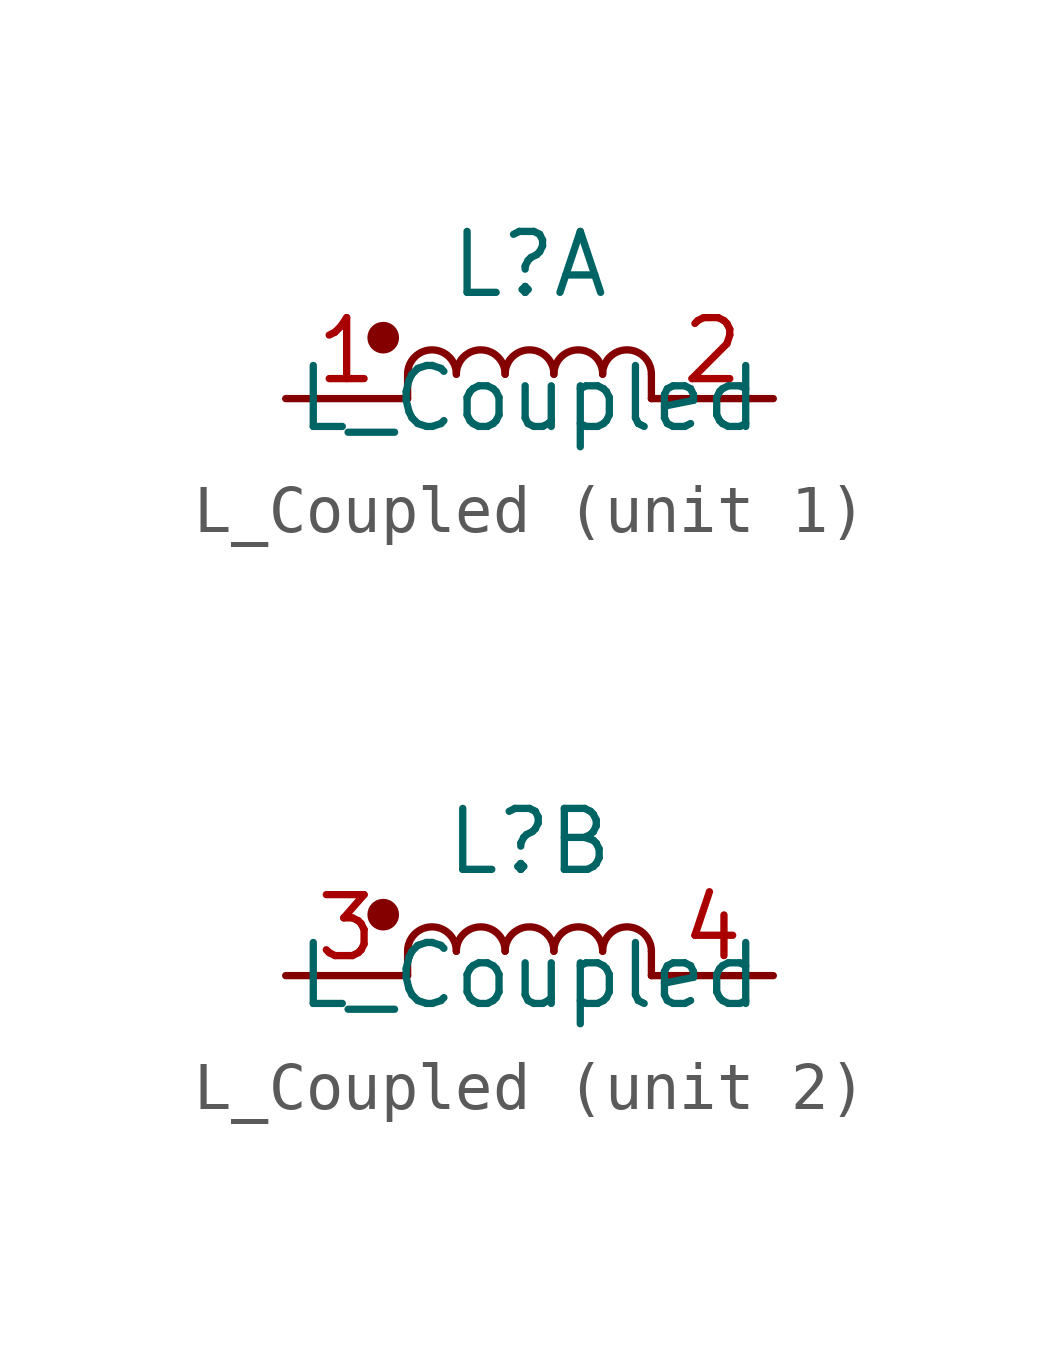
<source format=kicad_sym>
(kicad_symbol_lib
  (version 20241209)
  (generator "kicad_symbol_editor")
  (generator_version "9.0")
  (symbol "L_Coupled"
    (property "Reference" "L"
      (at 0 2.794 0)
      (effects (font (size 1.27 1.27))))
    (property "Value" "L_Coupled"
      (at 0 0 0)
      (effects (font (size 1.27 1.27))))
    (property "ki_locked" ""
      (at 0 0 0)
      (effects (font (size 1.27 1.27))))
    (symbol "L_Coupled_0_1"
      (circle (center -3.048 1.27) (radius 0.254) (stroke (width 0) (type default)) (fill (type outline)))
      (polyline (pts (xy -2.54 0.508) (xy -2.54 0)) (stroke (width 0) (type default)) (fill (type none)))
      (arc (start -2.54 0.508) (mid -2.032 1.0138) (end -1.524 0.508) (stroke (width 0) (type default)) (fill (type none)))
      (arc (start -1.524 0.508) (mid -1.016 1.0138) (end -0.508 0.508) (stroke (width 0) (type default)) (fill (type none)))
      (arc (start -0.508 0.508) (mid 0 1.0138) (end 0.508 0.508) (stroke (width 0) (type default)) (fill (type none)))
      (arc (start 0.508 0.508) (mid 1.016 1.0138) (end 1.524 0.508) (stroke (width 0) (type default)) (fill (type none)))
      (arc (start 1.524 0.508) (mid 2.032 1.0138) (end 2.54 0.508) (stroke (width 0) (type default)) (fill (type none)))
      (polyline (pts (xy 2.54 0.508) (xy 2.54 0)) (stroke (width 0) (type default)) (fill (type none))))
    (symbol "L_Coupled_1_1"
      (pin passive line (at -5.08 0 0) (length 2.54) (name "" (effects (font (size 1.27 1.27)))) (number "1" (effects (font (size 1.27 1.27)))))
      (pin passive line (at 5.08 0 180) (length 2.54) (name "" (effects (font (size 1.27 1.27)))) (number "2" (effects (font (size 1.27 1.27))))))
    (symbol "L_Coupled_2_1"
      (pin passive line (at -5.08 0 0) (length 2.54) (name "" (effects (font (size 1.27 1.27)))) (number "3" (effects (font (size 1.27 1.27)))))
      (pin passive line (at 5.08 0 180) (length 2.54) (name "" (effects (font (size 1.27 1.27)))) (number "4" (effects (font (size 1.27 1.27))))))))
</source>
